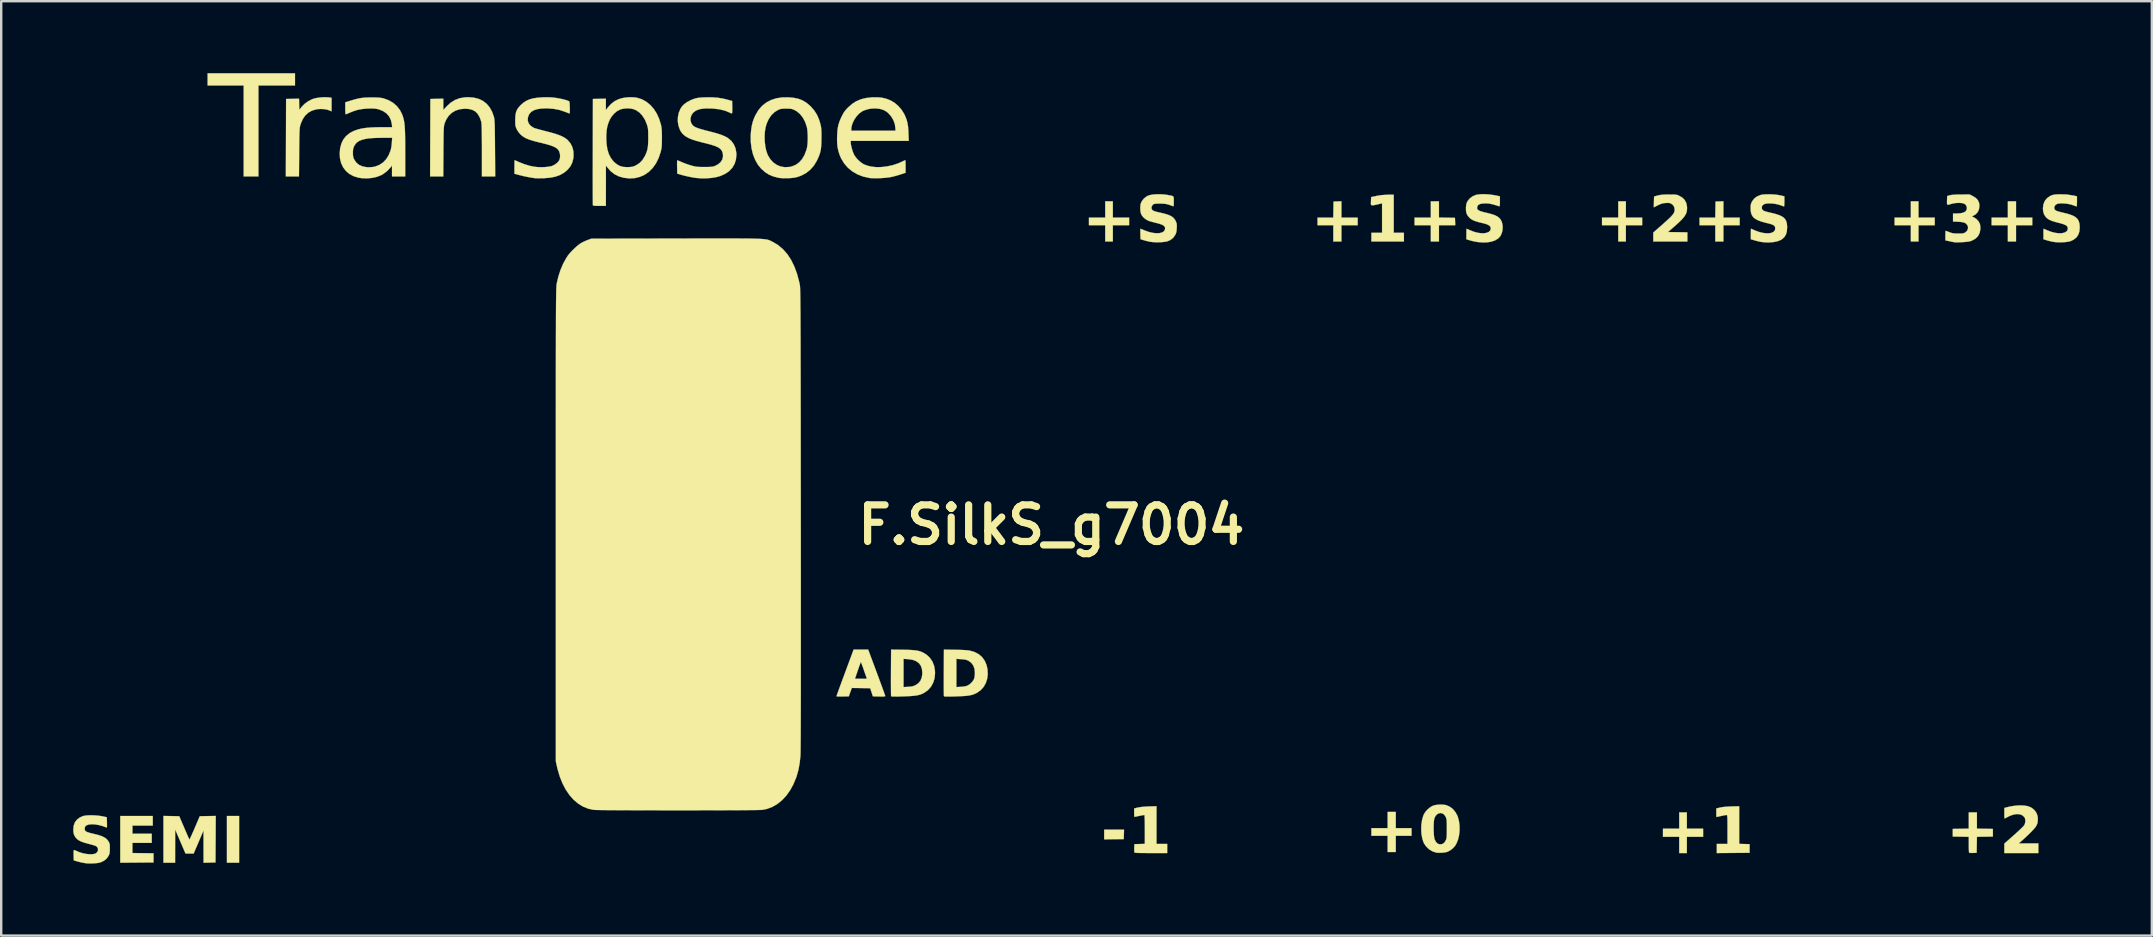
<source format=kicad_pcb>
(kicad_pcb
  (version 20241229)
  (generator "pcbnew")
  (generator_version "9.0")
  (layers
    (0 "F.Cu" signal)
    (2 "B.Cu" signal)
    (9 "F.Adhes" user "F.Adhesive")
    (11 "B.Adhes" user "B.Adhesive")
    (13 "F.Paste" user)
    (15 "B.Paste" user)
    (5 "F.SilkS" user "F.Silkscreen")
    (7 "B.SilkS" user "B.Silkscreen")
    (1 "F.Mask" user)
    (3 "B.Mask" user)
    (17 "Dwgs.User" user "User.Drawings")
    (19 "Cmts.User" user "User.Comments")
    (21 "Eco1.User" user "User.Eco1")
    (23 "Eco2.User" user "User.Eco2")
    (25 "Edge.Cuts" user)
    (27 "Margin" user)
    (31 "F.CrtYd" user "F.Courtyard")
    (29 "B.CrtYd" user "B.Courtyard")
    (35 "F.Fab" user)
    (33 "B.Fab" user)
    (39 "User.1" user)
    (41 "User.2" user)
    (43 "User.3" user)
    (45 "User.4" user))
  (footprint "F.SilkS_g7004"
    (layer "F.Cu")
    (at 40.759 18.822)
    (property "Reference" "F.SilkS_g7004" (at 0 0 0) (layer "F.SilkS") (effects (font (size 1.524 1.524) (thickness 0.3))))
    (attr through_hole)
    (fp_poly (pts (xy -33.846 14.076) (xy -34.353 14.076) (xy -34.353 12.129) (xy -33.846 12.129) (xy -33.846 14.076)) (stroke (width 0.01) (type solid)) (fill yes) (layer "F.SilkS"))
    (fp_poly (pts (xy 3.022 12.896) (xy 3.016 13.092) (xy 2.609 13.097) (xy 2.201 13.103) (xy 2.201 12.7) (xy 3.028 12.7) (xy 3.022 12.896)) (stroke (width 0.01) (type solid)) (fill yes) (layer "F.SilkS"))
    (fp_poly (pts (xy -31.517 -18.309) (xy -33.041 -18.309) (xy -33.041 -14.52) (xy -33.655 -14.52) (xy -33.655 -18.309) (xy -35.158 -18.309) (xy -35.158 -18.817) (xy -31.517 -18.817) (xy -31.517 -18.309)) (stroke (width 0.01) (type solid)) (fill yes) (layer "F.SilkS"))
    (fp_poly (pts (xy -37.444 12.531) (xy -38.291 12.531) (xy -38.291 12.869) (xy -37.486 12.869) (xy -37.486 13.25) (xy -38.291 13.25) (xy -38.291 13.673) (xy -37.412 13.684) (xy -37.412 14.065) (xy -38.798 14.076) (xy -38.798 12.129) (xy -37.444 12.129) (xy -37.444 12.531)) (stroke (width 0.01) (type solid)) (fill yes) (layer "F.SilkS"))
    (fp_poly (pts (xy 2.561 -12.806) (xy 3.239 -12.806) (xy 3.239 -12.488) (xy 2.561 -12.488) (xy 2.561 -11.811) (xy 2.244 -11.811) (xy 2.244 -12.488) (xy 1.566 -12.488) (xy 1.566 -12.806) (xy 2.244 -12.806) (xy 2.244 -13.483) (xy 2.561 -13.483) (xy 2.561 -12.806)) (stroke (width 0.01) (type solid)) (fill yes) (layer "F.SilkS"))
    (fp_poly (pts (xy 14.351 12.636) (xy 15.007 12.636) (xy 15.007 12.954) (xy 14.351 12.954) (xy 14.351 13.631) (xy 14.012 13.631) (xy 14.012 12.954) (xy 13.335 12.954) (xy 13.335 12.636) (xy 14.012 12.636) (xy 14.012 11.959) (xy 14.351 11.959) (xy 14.351 12.636)) (stroke (width 0.01) (type solid)) (fill yes) (layer "F.SilkS"))
    (fp_poly (pts (xy 23.939 -12.806) (xy 24.617 -12.806) (xy 24.617 -12.488) (xy 23.939 -12.488) (xy 23.939 -11.811) (xy 23.622 -11.811) (xy 23.622 -12.488) (xy 22.945 -12.488) (xy 22.945 -12.806) (xy 23.622 -12.806) (xy 23.622 -13.483) (xy 23.939 -13.483) (xy 23.939 -12.806)) (stroke (width 0.01) (type solid)) (fill yes) (layer "F.SilkS"))
    (fp_poly (pts (xy 26.48 12.658) (xy 27.157 12.658) (xy 27.157 12.996) (xy 26.48 12.996) (xy 26.48 13.674) (xy 26.162 13.674) (xy 26.162 12.996) (xy 25.485 12.996) (xy 25.485 12.658) (xy 26.162 12.658) (xy 26.162 11.98) (xy 26.48 11.98) (xy 26.48 12.658)) (stroke (width 0.01) (type solid)) (fill yes) (layer "F.SilkS"))
    (fp_poly (pts (xy 36.132 -12.806) (xy 36.809 -12.806) (xy 36.809 -12.488) (xy 36.132 -12.488) (xy 36.132 -11.811) (xy 35.814 -11.811) (xy 35.814 -12.488) (xy 35.137 -12.488) (xy 35.137 -12.806) (xy 35.814 -12.806) (xy 35.814 -13.483) (xy 36.132 -13.483) (xy 36.132 -12.806)) (stroke (width 0.01) (type solid)) (fill yes) (layer "F.SilkS"))
    (fp_poly (pts (xy 40.196 -12.806) (xy 40.873 -12.806) (xy 40.873 -12.488) (xy 40.196 -12.488) (xy 40.196 -11.811) (xy 39.857 -11.811) (xy 39.857 -12.488) (xy 39.179 -12.488) (xy 39.179 -12.806) (xy 39.857 -12.806) (xy 39.857 -13.483) (xy 40.196 -13.483) (xy 40.196 -12.806)) (stroke (width 0.01) (type solid)) (fill yes) (layer "F.SilkS"))
    (fp_poly (pts (xy 12.086 -12.806) (xy 12.764 -12.806) (xy 12.764 -12.488) (xy 12.086 -12.488) (xy 12.086 -11.811) (xy 11.748 -11.811) (xy 11.748 -12.488) (xy 11.091 -12.488) (xy 11.091 -12.806) (xy 11.746 -12.806) (xy 11.758 -13.473) (xy 11.922 -13.479) (xy 12.086 -13.485) (xy 12.086 -12.806)) (stroke (width 0.01) (type solid)) (fill yes) (layer "F.SilkS"))
    (fp_poly (pts (xy 16.15 -12.807) (xy 16.817 -12.795) (xy 16.823 -12.642) (xy 16.829 -12.488) (xy 16.15 -12.488) (xy 16.15 -11.811) (xy 15.812 -11.811) (xy 15.812 -12.488) (xy 15.134 -12.488) (xy 15.134 -12.806) (xy 15.812 -12.806) (xy 15.812 -13.483) (xy 16.15 -13.483) (xy 16.15 -12.807)) (stroke (width 0.01) (type solid)) (fill yes) (layer "F.SilkS"))
    (fp_poly (pts (xy 28.003 -12.806) (xy 28.681 -12.806) (xy 28.681 -12.488) (xy 28.003 -12.488) (xy 28.003 -11.811) (xy 27.665 -11.811) (xy 27.665 -12.488) (xy 27.009 -12.488) (xy 27.009 -12.806) (xy 27.664 -12.806) (xy 27.675 -13.473) (xy 27.839 -13.479) (xy 28.003 -13.485) (xy 28.003 -12.806)) (stroke (width 0.01) (type solid)) (fill yes) (layer "F.SilkS"))
    (fp_poly (pts (xy 14.266 -12.171) (xy 14.69 -12.171) (xy 14.69 -11.811) (xy 13.335 -11.811) (xy 13.335 -12.171) (xy 13.78 -12.171) (xy 13.78 -13.399) (xy 13.732 -13.388) (xy 13.589 -13.355) (xy 13.483 -13.331) (xy 13.408 -13.318) (xy 13.359 -13.317) (xy 13.33 -13.328) (xy 13.317 -13.354) (xy 13.314 -13.396) (xy 13.317 -13.455) (xy 13.318 -13.487) (xy 13.324 -13.66) (xy 13.547 -13.708) (xy 13.755 -13.742) (xy 13.973 -13.756) (xy 14.018 -13.757) (xy 14.266 -13.758) (xy 14.266 -12.171)) (stroke (width 0.01) (type solid)) (fill yes) (layer "F.SilkS"))
    (fp_poly (pts (xy 38.566 12.657) (xy 39.232 12.668) (xy 39.232 12.986) (xy 38.9 12.992) (xy 38.567 12.997) (xy 38.561 13.33) (xy 38.555 13.663) (xy 38.406 13.669) (xy 38.33 13.67) (xy 38.271 13.667) (xy 38.242 13.661) (xy 38.242 13.66) (xy 38.237 13.635) (xy 38.232 13.575) (xy 38.229 13.488) (xy 38.227 13.382) (xy 38.227 13.321) (xy 38.227 12.997) (xy 37.56 12.986) (xy 37.56 12.668) (xy 38.227 12.657) (xy 38.227 11.98) (xy 38.566 11.98) (xy 38.566 12.657)) (stroke (width 0.01) (type solid)) (fill yes) (layer "F.SilkS"))
    (fp_poly (pts (xy -34.824 13.096) (xy -34.83 14.065) (xy -35.078 14.071) (xy -35.327 14.077) (xy -35.328 13.404) (xy -35.329 12.732) (xy -35.534 13.213) (xy -35.74 13.694) (xy -35.91 13.694) (xy -36.079 13.695) (xy -36.295 13.192) (xy -36.511 12.689) (xy -36.513 14.076) (xy -36.999 14.076) (xy -36.999 12.127) (xy -36.67 12.133) (xy -36.34 12.139) (xy -36.134 12.62) (xy -36.077 12.753) (xy -36.025 12.873) (xy -35.98 12.974) (xy -35.946 13.051) (xy -35.924 13.099) (xy -35.917 13.112) (xy -35.906 13.097) (xy -35.881 13.047) (xy -35.844 12.969) (xy -35.798 12.866) (xy -35.744 12.745) (xy -35.695 12.631) (xy -35.484 12.139) (xy -35.152 12.133) (xy -34.819 12.127) (xy -34.824 13.096)) (stroke (width 0.01) (type solid)) (fill yes) (layer "F.SilkS"))
    (fp_poly (pts (xy 28.66 13.291) (xy 28.877 13.297) (xy 29.094 13.303) (xy 29.094 13.663) (xy 27.728 13.674) (xy 27.728 13.293) (xy 28.173 13.293) (xy 28.173 12.689) (xy 28.173 12.514) (xy 28.172 12.375) (xy 28.171 12.271) (xy 28.168 12.195) (xy 28.164 12.143) (xy 28.159 12.111) (xy 28.152 12.094) (xy 28.142 12.087) (xy 28.136 12.087) (xy 28.099 12.091) (xy 28.033 12.103) (xy 27.949 12.12) (xy 27.909 12.129) (xy 27.826 12.147) (xy 27.759 12.162) (xy 27.72 12.17) (xy 27.714 12.171) (xy 27.711 12.151) (xy 27.708 12.099) (xy 27.707 12.024) (xy 27.707 11.993) (xy 27.707 11.816) (xy 27.861 11.778) (xy 27.977 11.757) (xy 28.129 11.742) (xy 28.314 11.732) (xy 28.337 11.731) (xy 28.66 11.723) (xy 28.66 13.291)) (stroke (width 0.01) (type solid)) (fill yes) (layer "F.SilkS"))
    (fp_poly (pts (xy -30.145 -17.816) (xy -30.113 -17.813) (xy -29.993 -17.798) (xy -29.993 -17.232) (xy -30.09 -17.275) (xy -30.197 -17.308) (xy -30.328 -17.327) (xy -30.469 -17.332) (xy -30.604 -17.32) (xy -30.632 -17.315) (xy -30.811 -17.262) (xy -30.964 -17.176) (xy -31.092 -17.058) (xy -31.195 -16.906) (xy -31.276 -16.718) (xy -31.298 -16.648) (xy -31.307 -16.613) (xy -31.314 -16.572) (xy -31.32 -16.52) (xy -31.325 -16.454) (xy -31.329 -16.37) (xy -31.333 -16.263) (xy -31.336 -16.13) (xy -31.338 -15.967) (xy -31.34 -15.77) (xy -31.343 -15.534) (xy -31.343 -15.52) (xy -31.351 -14.52) (xy -31.898 -14.52) (xy -31.893 -16.134) (xy -31.888 -17.748) (xy -31.349 -17.76) (xy -31.337 -17.296) (xy -31.242 -17.416) (xy -31.119 -17.543) (xy -30.969 -17.652) (xy -30.805 -17.736) (xy -30.738 -17.76) (xy -30.605 -17.791) (xy -30.45 -17.812) (xy -30.29 -17.821) (xy -30.145 -17.816)) (stroke (width 0.01) (type solid)) (fill yes) (layer "F.SilkS"))
    (fp_poly (pts (xy 4.381 13.293) (xy 4.826 13.293) (xy 4.826 13.674) (xy 4.148 13.674) (xy 3.954 13.673) (xy 3.799 13.672) (xy 3.679 13.67) (xy 3.589 13.668) (xy 3.526 13.663) (xy 3.486 13.658) (xy 3.465 13.651) (xy 3.459 13.645) (xy 3.455 13.611) (xy 3.453 13.548) (xy 3.454 13.468) (xy 3.454 13.46) (xy 3.461 13.303) (xy 3.895 13.291) (xy 3.895 12.689) (xy 3.894 12.516) (xy 3.892 12.367) (xy 3.889 12.246) (xy 3.885 12.156) (xy 3.88 12.102) (xy 3.875 12.086) (xy 3.847 12.09) (xy 3.788 12.101) (xy 3.712 12.116) (xy 3.629 12.132) (xy 3.551 12.149) (xy 3.498 12.161) (xy 3.475 12.164) (xy 3.461 12.156) (xy 3.453 12.128) (xy 3.451 12.073) (xy 3.45 11.994) (xy 3.45 11.816) (xy 3.604 11.778) (xy 3.714 11.758) (xy 3.858 11.743) (xy 4.029 11.733) (xy 4.069 11.731) (xy 4.381 11.722) (xy 4.381 13.293)) (stroke (width 0.01) (type solid)) (fill yes) (layer "F.SilkS"))
    (fp_poly (pts (xy 40.545 11.696) (xy 40.687 11.72) (xy 40.707 11.725) (xy 40.846 11.787) (xy 40.959 11.878) (xy 41.043 11.993) (xy 41.093 12.127) (xy 41.106 12.244) (xy 41.101 12.348) (xy 41.085 12.436) (xy 41.053 12.517) (xy 41.001 12.6) (xy 40.923 12.691) (xy 40.822 12.797) (xy 40.729 12.888) (xy 40.63 12.983) (xy 40.538 13.069) (xy 40.463 13.137) (xy 40.46 13.14) (xy 40.312 13.27) (xy 40.719 13.271) (xy 41.127 13.271) (xy 41.127 13.674) (xy 39.709 13.674) (xy 39.709 13.28) (xy 40.1 12.935) (xy 40.211 12.835) (xy 40.314 12.741) (xy 40.404 12.656) (xy 40.475 12.586) (xy 40.522 12.535) (xy 40.538 12.515) (xy 40.575 12.423) (xy 40.586 12.323) (xy 40.57 12.23) (xy 40.543 12.178) (xy 40.463 12.102) (xy 40.359 12.059) (xy 40.235 12.048) (xy 40.095 12.069) (xy 39.943 12.122) (xy 39.841 12.173) (xy 39.781 12.205) (xy 39.736 12.228) (xy 39.72 12.234) (xy 39.715 12.215) (xy 39.711 12.161) (xy 39.709 12.083) (xy 39.709 12.015) (xy 39.709 11.795) (xy 39.83 11.762) (xy 40.009 11.722) (xy 40.195 11.697) (xy 40.377 11.688) (xy 40.545 11.696)) (stroke (width 0.01) (type solid)) (fill yes) (layer "F.SilkS"))
    (fp_poly (pts (xy 25.946 -13.765) (xy 26.013 -13.761) (xy 26.064 -13.752) (xy 26.108 -13.739) (xy 26.151 -13.72) (xy 26.29 -13.639) (xy 26.391 -13.537) (xy 26.456 -13.414) (xy 26.486 -13.267) (xy 26.488 -13.208) (xy 26.485 -13.119) (xy 26.47 -13.038) (xy 26.441 -12.959) (xy 26.395 -12.879) (xy 26.33 -12.793) (xy 26.24 -12.696) (xy 26.125 -12.584) (xy 25.98 -12.454) (xy 25.911 -12.393) (xy 25.692 -12.203) (xy 26.096 -12.197) (xy 26.501 -12.191) (xy 26.501 -11.811) (xy 25.082 -11.811) (xy 25.082 -12.182) (xy 25.485 -12.537) (xy 25.625 -12.662) (xy 25.737 -12.765) (xy 25.822 -12.849) (xy 25.884 -12.919) (xy 25.927 -12.978) (xy 25.954 -13.031) (xy 25.967 -13.081) (xy 25.971 -13.134) (xy 25.971 -13.138) (xy 25.956 -13.24) (xy 25.907 -13.321) (xy 25.844 -13.373) (xy 25.801 -13.399) (xy 25.758 -13.413) (xy 25.702 -13.418) (xy 25.618 -13.415) (xy 25.609 -13.415) (xy 25.518 -13.407) (xy 25.443 -13.391) (xy 25.365 -13.362) (xy 25.275 -13.32) (xy 25.102 -13.234) (xy 25.108 -13.458) (xy 25.114 -13.682) (xy 25.262 -13.724) (xy 25.34 -13.742) (xy 25.425 -13.755) (xy 25.528 -13.762) (xy 25.659 -13.766) (xy 25.728 -13.767) (xy 25.854 -13.767) (xy 25.946 -13.765)) (stroke (width 0.01) (type solid)) (fill yes) (layer "F.SilkS"))
    (fp_poly (pts (xy -7.278 6.149) (xy -7.207 6.34) (xy -7.141 6.52) (xy -7.081 6.684) (xy -7.028 6.828) (xy -6.985 6.948) (xy -6.952 7.041) (xy -6.931 7.103) (xy -6.923 7.128) (xy -6.923 7.129) (xy -6.932 7.14) (xy -6.964 7.148) (xy -7.026 7.151) (xy -7.121 7.151) (xy -7.179 7.15) (xy -7.437 7.144) (xy -7.493 6.974) (xy -7.549 6.805) (xy -7.932 6.799) (xy -8.315 6.794) (xy -8.348 6.884) (xy -8.377 6.964) (xy -8.406 7.045) (xy -8.411 7.059) (xy -8.439 7.144) (xy -8.696 7.15) (xy -8.795 7.151) (xy -8.876 7.149) (xy -8.932 7.145) (xy -8.953 7.139) (xy -8.954 7.139) (xy -8.946 7.116) (xy -8.926 7.057) (xy -8.893 6.967) (xy -8.851 6.849) (xy -8.799 6.706) (xy -8.739 6.544) (xy -8.691 6.413) (xy -8.185 6.413) (xy -7.686 6.413) (xy -7.807 6.064) (xy -7.846 5.951) (xy -7.882 5.853) (xy -7.91 5.777) (xy -7.93 5.729) (xy -7.938 5.715) (xy -7.947 5.734) (xy -7.968 5.787) (xy -7.998 5.867) (xy -8.033 5.968) (xy -8.066 6.064) (xy -8.185 6.413) (xy -8.691 6.413) (xy -8.673 6.365) (xy -8.602 6.174) (xy -8.597 6.159) (xy -8.24 5.196) (xy -7.633 5.196) (xy -7.278 6.149)) (stroke (width 0.01) (type solid)) (fill yes) (layer "F.SilkS"))
    (fp_poly (pts (xy -24.07 -17.804) (xy -23.865 -17.753) (xy -23.685 -17.667) (xy -23.531 -17.547) (xy -23.403 -17.394) (xy -23.301 -17.209) (xy -23.227 -16.995) (xy -23.219 -16.961) (xy -23.212 -16.92) (xy -23.207 -16.87) (xy -23.202 -16.806) (xy -23.198 -16.725) (xy -23.194 -16.623) (xy -23.192 -16.496) (xy -23.189 -16.342) (xy -23.187 -16.156) (xy -23.185 -15.935) (xy -23.183 -15.69) (xy -23.175 -14.52) (xy -23.728 -14.52) (xy -23.728 -15.586) (xy -23.728 -15.821) (xy -23.73 -16.039) (xy -23.732 -16.235) (xy -23.734 -16.407) (xy -23.737 -16.55) (xy -23.741 -16.661) (xy -23.746 -16.736) (xy -23.749 -16.766) (xy -23.771 -16.848) (xy -23.805 -16.943) (xy -23.835 -17.012) (xy -23.914 -17.139) (xy -24.012 -17.234) (xy -24.134 -17.297) (xy -24.282 -17.333) (xy -24.448 -17.342) (xy -24.647 -17.321) (xy -24.826 -17.265) (xy -24.981 -17.173) (xy -25.112 -17.048) (xy -25.216 -16.89) (xy -25.279 -16.741) (xy -25.289 -16.709) (xy -25.298 -16.676) (xy -25.305 -16.639) (xy -25.311 -16.595) (xy -25.316 -16.538) (xy -25.32 -16.465) (xy -25.323 -16.372) (xy -25.325 -16.256) (xy -25.327 -16.111) (xy -25.329 -15.935) (xy -25.331 -15.723) (xy -25.332 -15.563) (xy -25.339 -14.52) (xy -25.887 -14.52) (xy -25.882 -16.134) (xy -25.876 -17.748) (xy -25.337 -17.76) (xy -25.337 -17.289) (xy -25.189 -17.447) (xy -25.027 -17.595) (xy -24.851 -17.705) (xy -24.659 -17.778) (xy -24.445 -17.815) (xy -24.299 -17.822) (xy -24.07 -17.804)) (stroke (width 0.01) (type solid)) (fill yes) (layer "F.SilkS"))
    (fp_poly (pts (xy -6.234 5.201) (xy -6.032 5.205) (xy -5.866 5.211) (xy -5.73 5.221) (xy -5.618 5.235) (xy -5.524 5.254) (xy -5.442 5.279) (xy -5.365 5.31) (xy -5.361 5.312) (xy -5.197 5.411) (xy -5.062 5.539) (xy -4.958 5.692) (xy -4.887 5.87) (xy -4.852 6.067) (xy -4.847 6.17) (xy -4.865 6.377) (xy -4.919 6.564) (xy -5.007 6.729) (xy -5.127 6.87) (xy -5.277 6.983) (xy -5.361 7.028) (xy -5.432 7.058) (xy -5.506 7.082) (xy -5.59 7.101) (xy -5.688 7.116) (xy -5.809 7.128) (xy -5.956 7.137) (xy -6.138 7.144) (xy -6.217 7.147) (xy -6.369 7.151) (xy -6.484 7.153) (xy -6.567 7.153) (xy -6.623 7.151) (xy -6.657 7.145) (xy -6.674 7.137) (xy -6.678 7.131) (xy -6.68 7.104) (xy -6.682 7.04) (xy -6.683 6.942) (xy -6.684 6.814) (xy -6.684 6.758) (xy -6.16 6.758) (xy -5.969 6.747) (xy -5.857 6.738) (xy -5.771 6.721) (xy -5.695 6.694) (xy -5.662 6.679) (xy -5.542 6.599) (xy -5.454 6.491) (xy -5.399 6.357) (xy -5.377 6.198) (xy -5.376 6.17) (xy -5.392 6.006) (xy -5.44 5.869) (xy -5.52 5.76) (xy -5.633 5.678) (xy -5.777 5.623) (xy -5.955 5.595) (xy -5.966 5.594) (xy -6.16 5.582) (xy -6.16 6.758) (xy -6.684 6.758) (xy -6.685 6.662) (xy -6.685 6.49) (xy -6.684 6.301) (xy -6.684 6.149) (xy -6.678 5.196) (xy -6.234 5.201)) (stroke (width 0.01) (type solid)) (fill yes) (layer "F.SilkS"))
    (fp_poly (pts (xy -4.011 5.203) (xy -3.793 5.208) (xy -3.616 5.216) (xy -3.479 5.227) (xy -3.387 5.242) (xy -3.191 5.301) (xy -3.023 5.391) (xy -2.885 5.512) (xy -2.777 5.661) (xy -2.701 5.837) (xy -2.663 6.005) (xy -2.65 6.215) (xy -2.674 6.411) (xy -2.732 6.591) (xy -2.823 6.751) (xy -2.945 6.886) (xy -3.096 6.993) (xy -3.14 7.016) (xy -3.212 7.049) (xy -3.283 7.075) (xy -3.361 7.095) (xy -3.451 7.111) (xy -3.56 7.124) (xy -3.693 7.133) (xy -3.858 7.141) (xy -4.015 7.147) (xy -4.167 7.151) (xy -4.282 7.153) (xy -4.366 7.153) (xy -4.422 7.151) (xy -4.456 7.145) (xy -4.473 7.137) (xy -4.476 7.131) (xy -4.479 7.104) (xy -4.48 7.04) (xy -4.482 6.942) (xy -4.483 6.814) (xy -4.483 6.758) (xy -3.958 6.758) (xy -3.772 6.747) (xy -3.634 6.733) (xy -3.526 6.708) (xy -3.492 6.695) (xy -3.395 6.635) (xy -3.306 6.549) (xy -3.238 6.452) (xy -3.216 6.4) (xy -3.201 6.337) (xy -3.191 6.25) (xy -3.187 6.159) (xy -3.203 5.997) (xy -3.253 5.86) (xy -3.336 5.748) (xy -3.451 5.663) (xy -3.524 5.63) (xy -3.575 5.617) (xy -3.653 5.605) (xy -3.745 5.596) (xy -3.773 5.594) (xy -3.958 5.582) (xy -3.958 6.758) (xy -4.483 6.758) (xy -4.483 6.662) (xy -4.483 6.49) (xy -4.483 6.301) (xy -4.482 6.149) (xy -4.477 5.196) (xy -4.011 5.203)) (stroke (width 0.01) (type solid)) (fill yes) (layer "F.SilkS"))
    (fp_poly (pts (xy 16.399 11.666) (xy 16.46 11.68) (xy 16.603 11.743) (xy 16.732 11.842) (xy 16.839 11.971) (xy 16.921 12.123) (xy 16.936 12.163) (xy 16.985 12.347) (xy 17.008 12.544) (xy 17.009 12.746) (xy 16.986 12.943) (xy 16.941 13.127) (xy 16.874 13.288) (xy 16.822 13.373) (xy 16.74 13.466) (xy 16.637 13.549) (xy 16.528 13.61) (xy 16.471 13.631) (xy 16.373 13.65) (xy 16.256 13.661) (xy 16.139 13.663) (xy 16.041 13.655) (xy 16.026 13.652) (xy 15.875 13.6) (xy 15.736 13.514) (xy 15.617 13.401) (xy 15.527 13.27) (xy 15.512 13.239) (xy 15.457 13.073) (xy 15.423 12.885) (xy 15.41 12.684) (xy 15.411 12.675) (xy 15.929 12.675) (xy 15.932 12.808) (xy 15.94 12.929) (xy 15.952 13.029) (xy 15.966 13.094) (xy 16.019 13.202) (xy 16.087 13.275) (xy 16.169 13.309) (xy 16.26 13.305) (xy 16.322 13.281) (xy 16.382 13.23) (xy 16.432 13.149) (xy 16.432 13.148) (xy 16.449 13.11) (xy 16.461 13.07) (xy 16.469 13.022) (xy 16.474 12.958) (xy 16.477 12.872) (xy 16.478 12.755) (xy 16.478 12.658) (xy 16.478 12.517) (xy 16.476 12.412) (xy 16.473 12.334) (xy 16.467 12.277) (xy 16.457 12.232) (xy 16.444 12.193) (xy 16.431 12.165) (xy 16.373 12.077) (xy 16.3 12.024) (xy 16.218 12.005) (xy 16.136 12.02) (xy 16.06 12.067) (xy 15.997 12.145) (xy 15.956 12.241) (xy 15.943 12.314) (xy 15.934 12.418) (xy 15.929 12.542) (xy 15.929 12.675) (xy 15.411 12.675) (xy 15.418 12.481) (xy 15.448 12.288) (xy 15.498 12.117) (xy 15.527 12.051) (xy 15.595 11.944) (xy 15.69 11.842) (xy 15.798 11.756) (xy 15.907 11.698) (xy 15.922 11.692) (xy 16.025 11.669) (xy 16.15 11.656) (xy 16.28 11.655) (xy 16.399 11.666)) (stroke (width 0.01) (type solid)) (fill yes) (layer "F.SilkS"))
    (fp_poly (pts (xy 18.248 -13.768) (xy 18.454 -13.74) (xy 18.59 -13.713) (xy 18.69 -13.691) (xy 18.69 -13.479) (xy 18.69 -13.382) (xy 18.687 -13.321) (xy 18.681 -13.288) (xy 18.67 -13.277) (xy 18.653 -13.279) (xy 18.505 -13.326) (xy 18.386 -13.359) (xy 18.287 -13.381) (xy 18.198 -13.393) (xy 18.11 -13.398) (xy 18.079 -13.398) (xy 17.943 -13.39) (xy 17.843 -13.365) (xy 17.778 -13.322) (xy 17.747 -13.263) (xy 17.739 -13.208) (xy 17.747 -13.163) (xy 17.777 -13.125) (xy 17.833 -13.091) (xy 17.918 -13.059) (xy 18.038 -13.026) (xy 18.163 -12.997) (xy 18.337 -12.952) (xy 18.474 -12.906) (xy 18.581 -12.853) (xy 18.661 -12.793) (xy 18.716 -12.73) (xy 18.773 -12.615) (xy 18.802 -12.48) (xy 18.804 -12.335) (xy 18.779 -12.193) (xy 18.726 -12.063) (xy 18.704 -12.028) (xy 18.615 -11.933) (xy 18.494 -11.858) (xy 18.343 -11.805) (xy 18.169 -11.775) (xy 17.974 -11.769) (xy 17.764 -11.787) (xy 17.685 -11.799) (xy 17.586 -11.82) (xy 17.483 -11.845) (xy 17.415 -11.865) (xy 17.293 -11.903) (xy 17.293 -12.122) (xy 17.294 -12.212) (xy 17.296 -12.284) (xy 17.298 -12.329) (xy 17.301 -12.34) (xy 17.322 -12.332) (xy 17.372 -12.311) (xy 17.44 -12.28) (xy 17.449 -12.276) (xy 17.607 -12.215) (xy 17.759 -12.174) (xy 17.902 -12.154) (xy 18.031 -12.153) (xy 18.14 -12.171) (xy 18.226 -12.208) (xy 18.284 -12.264) (xy 18.309 -12.338) (xy 18.309 -12.353) (xy 18.296 -12.416) (xy 18.253 -12.469) (xy 18.178 -12.513) (xy 18.066 -12.552) (xy 17.987 -12.572) (xy 17.829 -12.61) (xy 17.705 -12.645) (xy 17.609 -12.679) (xy 17.534 -12.716) (xy 17.471 -12.758) (xy 17.419 -12.803) (xy 17.346 -12.888) (xy 17.3 -12.978) (xy 17.278 -13.084) (xy 17.275 -13.216) (xy 17.277 -13.245) (xy 17.287 -13.343) (xy 17.307 -13.418) (xy 17.342 -13.488) (xy 17.349 -13.499) (xy 17.436 -13.604) (xy 17.551 -13.69) (xy 17.681 -13.747) (xy 17.717 -13.757) (xy 17.869 -13.777) (xy 18.05 -13.781) (xy 18.248 -13.768)) (stroke (width 0.01) (type solid)) (fill yes) (layer "F.SilkS"))
    (fp_poly (pts (xy 38.397 -13.701) (xy 38.522 -13.623) (xy 38.608 -13.528) (xy 38.658 -13.414) (xy 38.671 -13.295) (xy 38.653 -13.154) (xy 38.601 -13.036) (xy 38.515 -12.943) (xy 38.439 -12.896) (xy 38.355 -12.854) (xy 38.44 -12.816) (xy 38.537 -12.754) (xy 38.621 -12.666) (xy 38.68 -12.566) (xy 38.694 -12.527) (xy 38.706 -12.453) (xy 38.71 -12.363) (xy 38.708 -12.304) (xy 38.677 -12.158) (xy 38.611 -12.033) (xy 38.509 -11.931) (xy 38.372 -11.853) (xy 38.28 -11.819) (xy 38.217 -11.806) (xy 38.123 -11.795) (xy 38.011 -11.785) (xy 37.892 -11.778) (xy 37.779 -11.775) (xy 37.683 -11.775) (xy 37.616 -11.781) (xy 37.613 -11.781) (xy 37.566 -11.791) (xy 37.494 -11.805) (xy 37.41 -11.823) (xy 37.407 -11.824) (xy 37.253 -11.856) (xy 37.253 -12.056) (xy 37.254 -12.142) (xy 37.256 -12.209) (xy 37.259 -12.249) (xy 37.261 -12.255) (xy 37.284 -12.248) (xy 37.335 -12.229) (xy 37.404 -12.203) (xy 37.415 -12.199) (xy 37.491 -12.171) (xy 37.561 -12.154) (xy 37.637 -12.145) (xy 37.736 -12.141) (xy 37.782 -12.14) (xy 37.886 -12.141) (xy 37.958 -12.145) (xy 38.01 -12.154) (xy 38.051 -12.169) (xy 38.084 -12.188) (xy 38.155 -12.254) (xy 38.192 -12.333) (xy 38.196 -12.417) (xy 38.165 -12.497) (xy 38.102 -12.563) (xy 38.066 -12.584) (xy 37.992 -12.609) (xy 37.889 -12.625) (xy 37.777 -12.633) (xy 37.571 -12.641) (xy 37.571 -12.975) (xy 37.724 -12.975) (xy 37.881 -12.985) (xy 38.003 -13.012) (xy 38.086 -13.058) (xy 38.093 -13.064) (xy 38.138 -13.131) (xy 38.15 -13.21) (xy 38.131 -13.288) (xy 38.083 -13.354) (xy 38.027 -13.389) (xy 37.941 -13.411) (xy 37.828 -13.419) (xy 37.703 -13.414) (xy 37.58 -13.397) (xy 37.504 -13.378) (xy 37.416 -13.35) (xy 37.36 -13.34) (xy 37.331 -13.351) (xy 37.32 -13.39) (xy 37.319 -13.463) (xy 37.321 -13.519) (xy 37.327 -13.703) (xy 37.433 -13.734) (xy 37.505 -13.748) (xy 37.61 -13.758) (xy 37.751 -13.765) (xy 37.899 -13.767) (xy 38.26 -13.769) (xy 38.397 -13.701)) (stroke (width 0.01) (type solid)) (fill yes) (layer "F.SilkS"))
    (fp_poly (pts (xy 42.306 -13.768) (xy 42.613 -13.72) (xy 42.646 -13.712) (xy 42.736 -13.69) (xy 42.736 -13.481) (xy 42.734 -13.392) (xy 42.731 -13.323) (xy 42.726 -13.28) (xy 42.722 -13.271) (xy 42.697 -13.278) (xy 42.643 -13.296) (xy 42.572 -13.322) (xy 42.558 -13.327) (xy 42.45 -13.359) (xy 42.327 -13.382) (xy 42.199 -13.395) (xy 42.079 -13.399) (xy 41.975 -13.391) (xy 41.9 -13.372) (xy 41.892 -13.368) (xy 41.826 -13.317) (xy 41.791 -13.252) (xy 41.79 -13.186) (xy 41.822 -13.126) (xy 41.867 -13.092) (xy 41.911 -13.075) (xy 41.987 -13.052) (xy 42.083 -13.027) (xy 42.191 -13.001) (xy 42.204 -12.998) (xy 42.393 -12.949) (xy 42.544 -12.896) (xy 42.659 -12.836) (xy 42.744 -12.763) (xy 42.802 -12.676) (xy 42.835 -12.57) (xy 42.849 -12.442) (xy 42.85 -12.391) (xy 42.835 -12.225) (xy 42.789 -12.087) (xy 42.71 -11.975) (xy 42.597 -11.886) (xy 42.477 -11.828) (xy 42.386 -11.803) (xy 42.264 -11.786) (xy 42.125 -11.776) (xy 41.98 -11.775) (xy 41.841 -11.783) (xy 41.73 -11.798) (xy 41.632 -11.819) (xy 41.529 -11.845) (xy 41.46 -11.865) (xy 41.339 -11.903) (xy 41.339 -12.122) (xy 41.339 -12.212) (xy 41.341 -12.284) (xy 41.344 -12.329) (xy 41.346 -12.34) (xy 41.368 -12.332) (xy 41.418 -12.311) (xy 41.485 -12.28) (xy 41.494 -12.276) (xy 41.656 -12.214) (xy 41.817 -12.172) (xy 41.97 -12.152) (xy 42.106 -12.154) (xy 42.217 -12.18) (xy 42.221 -12.182) (xy 42.299 -12.227) (xy 42.342 -12.284) (xy 42.354 -12.354) (xy 42.346 -12.408) (xy 42.316 -12.453) (xy 42.262 -12.492) (xy 42.177 -12.529) (xy 42.058 -12.566) (xy 41.965 -12.589) (xy 41.803 -12.632) (xy 41.677 -12.674) (xy 41.579 -12.717) (xy 41.503 -12.766) (xy 41.442 -12.823) (xy 41.434 -12.832) (xy 41.366 -12.937) (xy 41.328 -13.061) (xy 41.317 -13.191) (xy 41.336 -13.351) (xy 41.389 -13.489) (xy 41.478 -13.604) (xy 41.6 -13.694) (xy 41.628 -13.708) (xy 41.687 -13.735) (xy 41.744 -13.753) (xy 41.81 -13.764) (xy 41.897 -13.771) (xy 41.988 -13.776) (xy 42.306 -13.768)) (stroke (width 0.01) (type solid)) (fill yes) (layer "F.SilkS"))
    (fp_poly (pts (xy 30.062 -13.771) (xy 30.208 -13.758) (xy 30.339 -13.738) (xy 30.39 -13.728) (xy 30.544 -13.691) (xy 30.544 -13.481) (xy 30.542 -13.393) (xy 30.539 -13.323) (xy 30.534 -13.28) (xy 30.53 -13.271) (xy 30.505 -13.278) (xy 30.451 -13.296) (xy 30.38 -13.322) (xy 30.366 -13.327) (xy 30.251 -13.36) (xy 30.122 -13.384) (xy 29.99 -13.396) (xy 29.867 -13.397) (xy 29.764 -13.385) (xy 29.713 -13.37) (xy 29.64 -13.323) (xy 29.604 -13.259) (xy 29.606 -13.184) (xy 29.613 -13.165) (xy 29.63 -13.133) (xy 29.656 -13.106) (xy 29.698 -13.083) (xy 29.76 -13.06) (xy 29.851 -13.036) (xy 29.975 -13.006) (xy 30.015 -12.997) (xy 30.204 -12.949) (xy 30.354 -12.897) (xy 30.469 -12.837) (xy 30.553 -12.767) (xy 30.61 -12.682) (xy 30.644 -12.579) (xy 30.657 -12.454) (xy 30.658 -12.393) (xy 30.645 -12.229) (xy 30.607 -12.096) (xy 30.541 -11.99) (xy 30.446 -11.905) (xy 30.376 -11.865) (xy 30.251 -11.818) (xy 30.097 -11.786) (xy 29.925 -11.771) (xy 29.745 -11.773) (xy 29.58 -11.791) (xy 29.506 -11.806) (xy 29.412 -11.828) (xy 29.316 -11.854) (xy 29.311 -11.855) (xy 29.146 -11.902) (xy 29.146 -12.121) (xy 29.147 -12.211) (xy 29.149 -12.284) (xy 29.152 -12.329) (xy 29.154 -12.34) (xy 29.176 -12.332) (xy 29.225 -12.311) (xy 29.293 -12.281) (xy 29.297 -12.279) (xy 29.457 -12.217) (xy 29.611 -12.175) (xy 29.755 -12.153) (xy 29.885 -12.15) (xy 29.994 -12.167) (xy 30.08 -12.203) (xy 30.138 -12.257) (xy 30.162 -12.33) (xy 30.163 -12.343) (xy 30.158 -12.399) (xy 30.142 -12.444) (xy 30.107 -12.479) (xy 30.05 -12.51) (xy 29.963 -12.54) (xy 29.843 -12.572) (xy 29.787 -12.585) (xy 29.596 -12.636) (xy 29.444 -12.692) (xy 29.327 -12.755) (xy 29.241 -12.829) (xy 29.183 -12.918) (xy 29.15 -13.024) (xy 29.137 -13.152) (xy 29.137 -13.187) (xy 29.138 -13.282) (xy 29.146 -13.349) (xy 29.163 -13.406) (xy 29.191 -13.466) (xy 29.199 -13.48) (xy 29.282 -13.593) (xy 29.392 -13.679) (xy 29.535 -13.741) (xy 29.559 -13.749) (xy 29.65 -13.766) (xy 29.772 -13.775) (xy 29.913 -13.776) (xy 30.062 -13.771)) (stroke (width 0.01) (type solid)) (fill yes) (layer "F.SilkS"))
    (fp_poly (pts (xy -39.858 12.104) (xy -39.709 12.116) (xy -39.572 12.136) (xy -39.539 12.143) (xy -39.359 12.181) (xy -39.353 12.401) (xy -39.351 12.499) (xy -39.352 12.562) (xy -39.356 12.596) (xy -39.366 12.608) (xy -39.381 12.606) (xy -39.385 12.604) (xy -39.543 12.545) (xy -39.701 12.504) (xy -39.853 12.479) (xy -39.992 12.473) (xy -40.111 12.486) (xy -40.202 12.518) (xy -40.226 12.534) (xy -40.265 12.578) (xy -40.28 12.637) (xy -40.28 12.659) (xy -40.275 12.707) (xy -40.257 12.745) (xy -40.221 12.777) (xy -40.161 12.805) (xy -40.071 12.833) (xy -39.946 12.864) (xy -39.902 12.874) (xy -39.717 12.92) (xy -39.57 12.969) (xy -39.456 13.024) (xy -39.37 13.087) (xy -39.306 13.16) (xy -39.297 13.175) (xy -39.266 13.227) (xy -39.248 13.272) (xy -39.237 13.324) (xy -39.233 13.394) (xy -39.232 13.482) (xy -39.234 13.584) (xy -39.24 13.656) (xy -39.253 13.713) (xy -39.275 13.767) (xy -39.286 13.79) (xy -39.367 13.904) (xy -39.479 13.996) (xy -39.611 14.059) (xy -39.627 14.064) (xy -39.734 14.087) (xy -39.868 14.101) (xy -40.014 14.107) (xy -40.156 14.104) (xy -40.25 14.095) (xy -40.349 14.078) (xy -40.463 14.054) (xy -40.568 14.027) (xy -40.735 13.979) (xy -40.741 13.763) (xy -40.742 13.649) (xy -40.738 13.578) (xy -40.727 13.548) (xy -40.725 13.547) (xy -40.693 13.556) (xy -40.641 13.578) (xy -40.623 13.587) (xy -40.496 13.641) (xy -40.356 13.683) (xy -40.213 13.711) (xy -40.075 13.725) (xy -39.952 13.722) (xy -39.854 13.703) (xy -39.822 13.689) (xy -39.758 13.635) (xy -39.726 13.566) (xy -39.727 13.491) (xy -39.761 13.423) (xy -39.801 13.388) (xy -39.841 13.37) (xy -39.912 13.346) (xy -40.005 13.319) (xy -40.108 13.292) (xy -40.111 13.291) (xy -40.281 13.245) (xy -40.416 13.198) (xy -40.52 13.148) (xy -40.6 13.089) (xy -40.663 13.019) (xy -40.709 12.943) (xy -40.736 12.873) (xy -40.751 12.786) (xy -40.754 12.7) (xy -40.739 12.536) (xy -40.689 12.397) (xy -40.604 12.282) (xy -40.485 12.192) (xy -40.358 12.135) (xy -40.269 12.115) (xy -40.149 12.103) (xy -40.008 12.099) (xy -39.858 12.104)) (stroke (width 0.01) (type solid)) (fill yes) (layer "F.SilkS"))
    (fp_poly (pts (xy -10.741 -17.797) (xy -10.548 -17.757) (xy -10.378 -17.693) (xy -10.222 -17.601) (xy -10.073 -17.48) (xy -10.022 -17.431) (xy -9.879 -17.267) (xy -9.766 -17.088) (xy -9.679 -16.886) (xy -9.626 -16.711) (xy -9.609 -16.637) (xy -9.596 -16.568) (xy -9.588 -16.495) (xy -9.583 -16.409) (xy -9.58 -16.301) (xy -9.58 -16.163) (xy -9.58 -16.118) (xy -9.583 -15.931) (xy -9.591 -15.775) (xy -9.607 -15.643) (xy -9.632 -15.525) (xy -9.669 -15.41) (xy -9.718 -15.29) (xy -9.771 -15.178) (xy -9.894 -14.974) (xy -10.046 -14.801) (xy -10.225 -14.659) (xy -10.429 -14.551) (xy -10.615 -14.488) (xy -10.728 -14.466) (xy -10.869 -14.452) (xy -11.021 -14.445) (xy -11.172 -14.446) (xy -11.306 -14.455) (xy -11.377 -14.466) (xy -11.588 -14.521) (xy -11.77 -14.597) (xy -11.933 -14.702) (xy -12.087 -14.839) (xy -12.228 -15.01) (xy -12.343 -15.213) (xy -12.432 -15.441) (xy -12.493 -15.691) (xy -12.525 -15.958) (xy -12.527 -16.177) (xy -11.95 -16.177) (xy -11.943 -15.97) (xy -11.919 -15.769) (xy -11.879 -15.584) (xy -11.823 -15.427) (xy -11.818 -15.415) (xy -11.717 -15.244) (xy -11.592 -15.106) (xy -11.446 -15.003) (xy -11.283 -14.935) (xy -11.106 -14.905) (xy -10.92 -14.915) (xy -10.826 -14.934) (xy -10.661 -14.998) (xy -10.515 -15.1) (xy -10.391 -15.237) (xy -10.289 -15.409) (xy -10.208 -15.617) (xy -10.189 -15.684) (xy -10.169 -15.791) (xy -10.156 -15.927) (xy -10.151 -16.08) (xy -10.152 -16.238) (xy -10.161 -16.387) (xy -10.176 -16.517) (xy -10.19 -16.584) (xy -10.258 -16.787) (xy -10.352 -16.965) (xy -10.467 -17.114) (xy -10.602 -17.23) (xy -10.704 -17.288) (xy -10.765 -17.315) (xy -10.821 -17.332) (xy -10.884 -17.342) (xy -10.966 -17.345) (xy -11.049 -17.346) (xy -11.155 -17.345) (xy -11.231 -17.34) (xy -11.291 -17.329) (xy -11.347 -17.31) (xy -11.394 -17.288) (xy -11.542 -17.196) (xy -11.671 -17.069) (xy -11.779 -16.91) (xy -11.863 -16.723) (xy -11.909 -16.563) (xy -11.939 -16.379) (xy -11.95 -16.177) (xy -12.527 -16.177) (xy -12.528 -16.239) (xy -12.509 -16.459) (xy -12.482 -16.634) (xy -12.446 -16.784) (xy -12.396 -16.928) (xy -12.327 -17.079) (xy -12.205 -17.285) (xy -12.056 -17.458) (xy -11.882 -17.598) (xy -11.682 -17.704) (xy -11.459 -17.776) (xy -11.212 -17.813) (xy -10.964 -17.816) (xy -10.741 -17.797)) (stroke (width 0.01) (type solid)) (fill yes) (layer "F.SilkS"))
    (fp_poly (pts (xy 4.559 -13.778) (xy 4.717 -13.766) (xy 4.838 -13.749) (xy 4.946 -13.729) (xy 5.02 -13.714) (xy 5.066 -13.695) (xy 5.091 -13.667) (xy 5.1 -13.623) (xy 5.102 -13.556) (xy 5.101 -13.479) (xy 5.101 -13.383) (xy 5.098 -13.322) (xy 5.092 -13.29) (xy 5.081 -13.278) (xy 5.064 -13.281) (xy 4.948 -13.325) (xy 4.856 -13.355) (xy 4.776 -13.373) (xy 4.694 -13.383) (xy 4.596 -13.387) (xy 4.526 -13.387) (xy 4.419 -13.387) (xy 4.346 -13.385) (xy 4.298 -13.378) (xy 4.265 -13.367) (xy 4.238 -13.349) (xy 4.224 -13.337) (xy 4.18 -13.271) (xy 4.17 -13.2) (xy 4.195 -13.135) (xy 4.222 -13.107) (xy 4.266 -13.084) (xy 4.341 -13.058) (xy 4.438 -13.032) (xy 4.502 -13.018) (xy 4.685 -12.976) (xy 4.831 -12.934) (xy 4.945 -12.889) (xy 5.034 -12.839) (xy 5.101 -12.78) (xy 5.154 -12.71) (xy 5.178 -12.665) (xy 5.205 -12.605) (xy 5.221 -12.552) (xy 5.227 -12.492) (xy 5.226 -12.411) (xy 5.224 -12.366) (xy 5.217 -12.264) (xy 5.204 -12.189) (xy 5.182 -12.125) (xy 5.157 -12.076) (xy 5.069 -11.956) (xy 4.953 -11.868) (xy 4.838 -11.819) (xy 4.742 -11.798) (xy 4.618 -11.784) (xy 4.477 -11.777) (xy 4.333 -11.778) (xy 4.199 -11.787) (xy 4.106 -11.8) (xy 4.008 -11.821) (xy 3.907 -11.847) (xy 3.831 -11.869) (xy 3.715 -11.906) (xy 3.709 -12.123) (xy 3.707 -12.213) (xy 3.707 -12.285) (xy 3.709 -12.33) (xy 3.712 -12.34) (xy 3.734 -12.332) (xy 3.785 -12.312) (xy 3.855 -12.283) (xy 3.87 -12.277) (xy 4.038 -12.215) (xy 4.198 -12.174) (xy 4.344 -12.154) (xy 4.474 -12.154) (xy 4.583 -12.175) (xy 4.667 -12.215) (xy 4.721 -12.274) (xy 4.741 -12.352) (xy 4.741 -12.357) (xy 4.729 -12.414) (xy 4.689 -12.463) (xy 4.618 -12.506) (xy 4.512 -12.546) (xy 4.371 -12.583) (xy 4.264 -12.61) (xy 4.162 -12.637) (xy 4.08 -12.662) (xy 4.031 -12.679) (xy 3.922 -12.742) (xy 3.826 -12.825) (xy 3.756 -12.919) (xy 3.744 -12.943) (xy 3.719 -13.028) (xy 3.706 -13.137) (xy 3.706 -13.254) (xy 3.719 -13.362) (xy 3.729 -13.403) (xy 3.777 -13.501) (xy 3.855 -13.597) (xy 3.953 -13.677) (xy 4.026 -13.717) (xy 4.123 -13.747) (xy 4.251 -13.768) (xy 4.4 -13.778) (xy 4.559 -13.778)) (stroke (width 0.01) (type solid)) (fill yes) (layer "F.SilkS"))
    (fp_poly (pts (xy -7.041 -17.797) (xy -6.868 -17.754) (xy -6.699 -17.686) (xy -6.69 -17.682) (xy -6.526 -17.583) (xy -6.373 -17.45) (xy -6.239 -17.294) (xy -6.133 -17.123) (xy -6.121 -17.1) (xy -6.065 -16.973) (xy -6.023 -16.854) (xy -5.993 -16.733) (xy -5.972 -16.599) (xy -5.959 -16.44) (xy -5.954 -16.325) (xy -5.942 -16.002) (xy -8.361 -16.002) (xy -8.361 -15.931) (xy -8.353 -15.851) (xy -8.331 -15.747) (xy -8.3 -15.633) (xy -8.263 -15.523) (xy -8.224 -15.432) (xy -8.222 -15.428) (xy -8.151 -15.319) (xy -8.054 -15.209) (xy -7.942 -15.11) (xy -7.83 -15.035) (xy -7.81 -15.024) (xy -7.731 -14.993) (xy -7.63 -14.96) (xy -7.527 -14.935) (xy -7.514 -14.932) (xy -7.309 -14.907) (xy -7.084 -14.91) (xy -6.847 -14.938) (xy -6.61 -14.99) (xy -6.382 -15.064) (xy -6.208 -15.142) (xy -6.147 -15.172) (xy -6.102 -15.192) (xy -6.086 -15.198) (xy -6.082 -15.178) (xy -6.078 -15.124) (xy -6.076 -15.043) (xy -6.075 -14.945) (xy -6.075 -14.936) (xy -6.075 -14.674) (xy -6.281 -14.605) (xy -6.397 -14.569) (xy -6.526 -14.533) (xy -6.644 -14.504) (xy -6.678 -14.496) (xy -6.794 -14.477) (xy -6.936 -14.462) (xy -7.092 -14.451) (xy -7.249 -14.445) (xy -7.397 -14.445) (xy -7.522 -14.45) (xy -7.588 -14.458) (xy -7.848 -14.517) (xy -8.086 -14.61) (xy -8.298 -14.734) (xy -8.483 -14.888) (xy -8.639 -15.07) (xy -8.763 -15.278) (xy -8.824 -15.422) (xy -8.873 -15.575) (xy -8.906 -15.727) (xy -8.925 -15.888) (xy -8.93 -16.071) (xy -8.926 -16.219) (xy -8.916 -16.395) (xy -8.913 -16.425) (xy -8.34 -16.425) (xy -6.498 -16.425) (xy -6.498 -16.515) (xy -6.519 -16.686) (xy -6.577 -16.855) (xy -6.669 -17.013) (xy -6.789 -17.153) (xy -6.869 -17.22) (xy -6.991 -17.289) (xy -7.139 -17.334) (xy -7.304 -17.354) (xy -7.476 -17.35) (xy -7.647 -17.322) (xy -7.807 -17.27) (xy -7.88 -17.235) (xy -8.002 -17.148) (xy -8.114 -17.03) (xy -8.21 -16.892) (xy -8.283 -16.743) (xy -8.328 -16.592) (xy -8.339 -16.484) (xy -8.34 -16.425) (xy -8.913 -16.425) (xy -8.9 -16.54) (xy -8.873 -16.669) (xy -8.834 -16.794) (xy -8.78 -16.927) (xy -8.739 -17.013) (xy -8.683 -17.124) (xy -8.631 -17.21) (xy -8.572 -17.287) (xy -8.496 -17.369) (xy -8.468 -17.398) (xy -8.303 -17.542) (xy -8.127 -17.654) (xy -7.934 -17.735) (xy -7.719 -17.788) (xy -7.475 -17.815) (xy -7.44 -17.816) (xy -7.227 -17.817) (xy -7.041 -17.797)) (stroke (width 0.01) (type solid)) (fill yes) (layer "F.SilkS"))
    (fp_poly (pts (xy -17.388 -17.816) (xy -17.268 -17.799) (xy -17.068 -17.737) (xy -16.883 -17.636) (xy -16.715 -17.501) (xy -16.567 -17.333) (xy -16.441 -17.136) (xy -16.34 -16.912) (xy -16.265 -16.663) (xy -16.263 -16.654) (xy -16.248 -16.572) (xy -16.237 -16.476) (xy -16.231 -16.356) (xy -16.228 -16.206) (xy -16.228 -16.118) (xy -16.229 -15.976) (xy -16.231 -15.865) (xy -16.236 -15.778) (xy -16.245 -15.705) (xy -16.258 -15.634) (xy -16.276 -15.558) (xy -16.283 -15.532) (xy -16.367 -15.282) (xy -16.478 -15.062) (xy -16.613 -14.872) (xy -16.77 -14.715) (xy -16.948 -14.591) (xy -17.143 -14.503) (xy -17.353 -14.451) (xy -17.577 -14.438) (xy -17.813 -14.464) (xy -17.823 -14.466) (xy -18.028 -14.525) (xy -18.208 -14.616) (xy -18.366 -14.74) (xy -18.508 -14.903) (xy -18.515 -14.912) (xy -18.562 -14.975) (xy -18.562 -14.134) (xy -18.563 -13.293) (xy -18.828 -13.293) (xy -18.95 -13.294) (xy -19.033 -13.298) (xy -19.083 -13.306) (xy -19.103 -13.318) (xy -19.104 -13.319) (xy -19.105 -13.344) (xy -19.106 -13.407) (xy -19.107 -13.508) (xy -19.108 -13.642) (xy -19.109 -13.808) (xy -19.109 -14.002) (xy -19.11 -14.221) (xy -19.11 -14.462) (xy -19.11 -14.724) (xy -19.109 -15.002) (xy -19.109 -15.295) (xy -19.108 -15.547) (xy -19.107 -16.129) (xy -18.547 -16.129) (xy -18.535 -15.874) (xy -18.501 -15.652) (xy -18.443 -15.46) (xy -18.36 -15.295) (xy -18.251 -15.153) (xy -18.203 -15.106) (xy -18.086 -15.012) (xy -17.965 -14.95) (xy -17.831 -14.916) (xy -17.672 -14.907) (xy -17.629 -14.908) (xy -17.528 -14.914) (xy -17.451 -14.926) (xy -17.381 -14.949) (xy -17.307 -14.983) (xy -17.162 -15.076) (xy -17.041 -15.201) (xy -16.941 -15.361) (xy -16.933 -15.376) (xy -16.885 -15.481) (xy -16.85 -15.58) (xy -16.825 -15.681) (xy -16.809 -15.793) (xy -16.8 -15.926) (xy -16.797 -16.089) (xy -16.797 -16.15) (xy -16.798 -16.287) (xy -16.8 -16.391) (xy -16.805 -16.471) (xy -16.813 -16.535) (xy -16.825 -16.593) (xy -16.843 -16.654) (xy -16.856 -16.694) (xy -16.934 -16.882) (xy -17.036 -17.044) (xy -17.156 -17.176) (xy -17.291 -17.273) (xy -17.404 -17.322) (xy -17.534 -17.35) (xy -17.683 -17.357) (xy -17.831 -17.344) (xy -17.96 -17.312) (xy -17.964 -17.311) (xy -18.096 -17.242) (xy -18.22 -17.139) (xy -18.327 -17.011) (xy -18.404 -16.881) (xy -18.464 -16.735) (xy -18.507 -16.586) (xy -18.533 -16.423) (xy -18.545 -16.235) (xy -18.547 -16.129) (xy -19.107 -16.129) (xy -19.103 -17.748) (xy -18.563 -17.76) (xy -18.563 -17.289) (xy -18.482 -17.392) (xy -18.348 -17.539) (xy -18.206 -17.651) (xy -18.047 -17.732) (xy -17.896 -17.78) (xy -17.736 -17.809) (xy -17.56 -17.821) (xy -17.388 -17.816)) (stroke (width 0.01) (type solid)) (fill yes) (layer "F.SilkS"))
    (fp_poly (pts (xy -13.897 -17.799) (xy -13.674 -17.762) (xy -13.473 -17.712) (xy -13.303 -17.664) (xy -13.297 -17.404) (xy -13.296 -17.278) (xy -13.3 -17.194) (xy -13.308 -17.151) (xy -13.314 -17.145) (xy -13.346 -17.154) (xy -13.398 -17.177) (xy -13.419 -17.187) (xy -13.613 -17.265) (xy -13.84 -17.319) (xy -14.099 -17.348) (xy -14.166 -17.351) (xy -14.352 -17.354) (xy -14.504 -17.346) (xy -14.63 -17.327) (xy -14.738 -17.295) (xy -14.824 -17.255) (xy -14.922 -17.181) (xy -14.992 -17.085) (xy -15.031 -16.975) (xy -15.037 -16.861) (xy -15.009 -16.75) (xy -14.954 -16.662) (xy -14.915 -16.624) (xy -14.861 -16.589) (xy -14.788 -16.554) (xy -14.691 -16.518) (xy -14.565 -16.48) (xy -14.405 -16.436) (xy -14.276 -16.404) (xy -14.075 -16.352) (xy -13.909 -16.305) (xy -13.773 -16.26) (xy -13.66 -16.216) (xy -13.564 -16.17) (xy -13.478 -16.12) (xy -13.462 -16.109) (xy -13.333 -15.997) (xy -13.232 -15.858) (xy -13.163 -15.695) (xy -13.128 -15.515) (xy -13.124 -15.421) (xy -13.144 -15.222) (xy -13.201 -15.042) (xy -13.294 -14.883) (xy -13.423 -14.746) (xy -13.587 -14.631) (xy -13.784 -14.542) (xy -13.792 -14.539) (xy -13.964 -14.491) (xy -14.165 -14.458) (xy -14.382 -14.442) (xy -14.605 -14.442) (xy -14.821 -14.459) (xy -14.822 -14.459) (xy -14.956 -14.481) (xy -15.113 -14.512) (xy -15.274 -14.549) (xy -15.421 -14.587) (xy -15.462 -14.6) (xy -15.589 -14.638) (xy -15.595 -14.921) (xy -15.597 -15.038) (xy -15.596 -15.118) (xy -15.592 -15.167) (xy -15.584 -15.189) (xy -15.574 -15.191) (xy -15.543 -15.178) (xy -15.484 -15.153) (xy -15.407 -15.119) (xy -15.367 -15.102) (xy -15.259 -15.059) (xy -15.133 -15.015) (xy -15.013 -14.977) (xy -14.986 -14.969) (xy -14.901 -14.947) (xy -14.827 -14.931) (xy -14.752 -14.921) (xy -14.665 -14.916) (xy -14.555 -14.913) (xy -14.457 -14.913) (xy -14.327 -14.914) (xy -14.231 -14.917) (xy -14.159 -14.922) (xy -14.102 -14.931) (xy -14.052 -14.945) (xy -14.005 -14.963) (xy -13.876 -15.032) (xy -13.777 -15.122) (xy -13.711 -15.229) (xy -13.682 -15.347) (xy -13.686 -15.448) (xy -13.705 -15.526) (xy -13.734 -15.593) (xy -13.777 -15.651) (xy -13.837 -15.702) (xy -13.92 -15.749) (xy -14.028 -15.794) (xy -14.166 -15.838) (xy -14.337 -15.886) (xy -14.547 -15.937) (xy -14.552 -15.939) (xy -14.779 -15.998) (xy -14.967 -16.058) (xy -15.122 -16.123) (xy -15.246 -16.195) (xy -15.345 -16.275) (xy -15.422 -16.366) (xy -15.473 -16.454) (xy -15.536 -16.625) (xy -15.565 -16.806) (xy -15.561 -16.991) (xy -15.526 -17.169) (xy -15.459 -17.333) (xy -15.387 -17.443) (xy -15.297 -17.533) (xy -15.176 -17.619) (xy -15.035 -17.695) (xy -14.894 -17.751) (xy -14.818 -17.773) (xy -14.746 -17.79) (xy -14.668 -17.801) (xy -14.574 -17.809) (xy -14.451 -17.814) (xy -14.393 -17.816) (xy -14.133 -17.816) (xy -13.897 -17.799)) (stroke (width 0.01) (type solid)) (fill yes) (layer "F.SilkS"))
    (fp_poly (pts (xy -28.321 -17.811) (xy -28.166 -17.81) (xy -28.046 -17.805) (xy -27.951 -17.796) (xy -27.873 -17.783) (xy -27.834 -17.774) (xy -27.617 -17.696) (xy -27.429 -17.587) (xy -27.27 -17.448) (xy -27.141 -17.281) (xy -27.044 -17.085) (xy -26.999 -16.943) (xy -26.982 -16.872) (xy -26.968 -16.796) (xy -26.956 -16.711) (xy -26.946 -16.613) (xy -26.939 -16.498) (xy -26.933 -16.361) (xy -26.929 -16.199) (xy -26.926 -16.008) (xy -26.925 -15.782) (xy -26.924 -15.519) (xy -26.924 -15.489) (xy -26.924 -14.52) (xy -27.474 -14.52) (xy -27.475 -14.748) (xy -27.475 -14.975) (xy -27.532 -14.901) (xy -27.673 -14.749) (xy -27.838 -14.623) (xy -27.93 -14.571) (xy -28.109 -14.502) (xy -28.311 -14.458) (xy -28.525 -14.439) (xy -28.739 -14.448) (xy -28.88 -14.47) (xy -29.08 -14.533) (xy -29.254 -14.627) (xy -29.398 -14.751) (xy -29.512 -14.902) (xy -29.594 -15.077) (xy -29.642 -15.276) (xy -29.654 -15.453) (xy -29.651 -15.503) (xy -29.104 -15.503) (xy -29.102 -15.407) (xy -29.093 -15.337) (xy -29.074 -15.277) (xy -29.046 -15.218) (xy -28.958 -15.092) (xy -28.842 -14.998) (xy -28.698 -14.936) (xy -28.527 -14.905) (xy -28.448 -14.902) (xy -28.351 -14.906) (xy -28.255 -14.916) (xy -28.183 -14.93) (xy -28.004 -14.999) (xy -27.848 -15.102) (xy -27.717 -15.239) (xy -27.611 -15.41) (xy -27.531 -15.613) (xy -27.529 -15.621) (xy -27.511 -15.697) (xy -27.495 -15.798) (xy -27.483 -15.904) (xy -27.481 -15.933) (xy -27.468 -16.129) (xy -27.869 -16.129) (xy -28.094 -16.127) (xy -28.282 -16.119) (xy -28.44 -16.106) (xy -28.572 -16.086) (xy -28.685 -16.06) (xy -28.735 -16.044) (xy -28.861 -15.99) (xy -28.954 -15.921) (xy -29.025 -15.831) (xy -29.049 -15.787) (xy -29.079 -15.719) (xy -29.096 -15.655) (xy -29.103 -15.576) (xy -29.104 -15.503) (xy -29.651 -15.503) (xy -29.638 -15.68) (xy -29.588 -15.88) (xy -29.506 -16.054) (xy -29.39 -16.202) (xy -29.242 -16.323) (xy -29.12 -16.391) (xy -28.998 -16.442) (xy -28.87 -16.484) (xy -28.729 -16.517) (xy -28.57 -16.541) (xy -28.388 -16.558) (xy -28.176 -16.568) (xy -27.929 -16.572) (xy -27.858 -16.573) (xy -27.469 -16.573) (xy -27.483 -16.706) (xy -27.521 -16.873) (xy -27.594 -17.02) (xy -27.701 -17.143) (xy -27.839 -17.24) (xy -28.007 -17.31) (xy -28.122 -17.338) (xy -28.229 -17.35) (xy -28.365 -17.353) (xy -28.514 -17.348) (xy -28.665 -17.335) (xy -28.805 -17.315) (xy -28.897 -17.296) (xy -28.972 -17.275) (xy -29.045 -17.251) (xy -29.126 -17.222) (xy -29.224 -17.182) (xy -29.349 -17.13) (xy -29.395 -17.11) (xy -29.407 -17.114) (xy -29.415 -17.144) (xy -29.419 -17.203) (xy -29.421 -17.298) (xy -29.422 -17.354) (xy -29.422 -17.609) (xy -29.215 -17.673) (xy -29.046 -17.724) (xy -28.904 -17.76) (xy -28.775 -17.785) (xy -28.647 -17.801) (xy -28.508 -17.809) (xy -28.343 -17.811) (xy -28.321 -17.811)) (stroke (width 0.01) (type solid)) (fill yes) (layer "F.SilkS"))
    (fp_poly (pts (xy -20.862 -17.815) (xy -20.72 -17.803) (xy -20.643 -17.792) (xy -20.512 -17.77) (xy -20.385 -17.744) (xy -20.27 -17.715) (xy -20.176 -17.686) (xy -20.111 -17.66) (xy -20.092 -17.648) (xy -20.083 -17.622) (xy -20.075 -17.565) (xy -20.07 -17.488) (xy -20.066 -17.4) (xy -20.064 -17.312) (xy -20.066 -17.234) (xy -20.07 -17.176) (xy -20.077 -17.146) (xy -20.079 -17.145) (xy -20.104 -17.152) (xy -20.158 -17.172) (xy -20.232 -17.201) (xy -20.275 -17.218) (xy -20.501 -17.292) (xy -20.738 -17.337) (xy -20.995 -17.356) (xy -21.059 -17.357) (xy -21.263 -17.348) (xy -21.432 -17.322) (xy -21.567 -17.277) (xy -21.672 -17.212) (xy -21.749 -17.126) (xy -21.775 -17.082) (xy -21.816 -16.96) (xy -21.817 -16.842) (xy -21.78 -16.733) (xy -21.705 -16.638) (xy -21.596 -16.561) (xy -21.55 -16.539) (xy -21.507 -16.524) (xy -21.43 -16.502) (xy -21.327 -16.473) (xy -21.204 -16.44) (xy -21.07 -16.405) (xy -21.029 -16.395) (xy -20.815 -16.339) (xy -20.638 -16.286) (xy -20.493 -16.235) (xy -20.374 -16.183) (xy -20.275 -16.128) (xy -20.193 -16.069) (xy -20.152 -16.033) (xy -20.039 -15.899) (xy -19.96 -15.742) (xy -19.916 -15.567) (xy -19.909 -15.376) (xy -19.918 -15.282) (xy -19.962 -15.102) (xy -20.04 -14.944) (xy -20.155 -14.803) (xy -20.171 -14.787) (xy -20.318 -14.668) (xy -20.483 -14.577) (xy -20.671 -14.51) (xy -20.886 -14.468) (xy -21.134 -14.448) (xy -21.167 -14.447) (xy -21.279 -14.445) (xy -21.383 -14.444) (xy -21.468 -14.446) (xy -21.522 -14.448) (xy -21.526 -14.449) (xy -21.672 -14.471) (xy -21.841 -14.502) (xy -22.013 -14.539) (xy -22.167 -14.577) (xy -22.373 -14.632) (xy -22.373 -14.915) (xy -22.373 -15.019) (xy -22.371 -15.105) (xy -22.369 -15.167) (xy -22.366 -15.196) (xy -22.366 -15.198) (xy -22.344 -15.189) (xy -22.294 -15.168) (xy -22.225 -15.136) (xy -22.202 -15.126) (xy -21.969 -15.033) (xy -21.73 -14.961) (xy -21.53 -14.922) (xy -21.395 -14.909) (xy -21.247 -14.905) (xy -21.098 -14.91) (xy -20.96 -14.924) (xy -20.847 -14.945) (xy -20.812 -14.955) (xy -20.709 -15.003) (xy -20.613 -15.07) (xy -20.537 -15.146) (xy -20.497 -15.212) (xy -20.471 -15.32) (xy -20.474 -15.441) (xy -20.505 -15.555) (xy -20.513 -15.572) (xy -20.549 -15.631) (xy -20.6 -15.683) (xy -20.67 -15.73) (xy -20.764 -15.775) (xy -20.886 -15.819) (xy -21.04 -15.864) (xy -21.23 -15.913) (xy -21.294 -15.928) (xy -21.489 -15.976) (xy -21.647 -16.02) (xy -21.777 -16.063) (xy -21.883 -16.107) (xy -21.972 -16.155) (xy -22.049 -16.209) (xy -22.119 -16.269) (xy -22.204 -16.366) (xy -22.273 -16.479) (xy -22.28 -16.494) (xy -22.307 -16.556) (xy -22.325 -16.609) (xy -22.335 -16.666) (xy -22.339 -16.738) (xy -22.341 -16.838) (xy -22.34 -16.87) (xy -22.335 -17.03) (xy -22.316 -17.159) (xy -22.281 -17.267) (xy -22.225 -17.363) (xy -22.146 -17.458) (xy -22.11 -17.495) (xy -21.994 -17.596) (xy -21.87 -17.676) (xy -21.732 -17.735) (xy -21.572 -17.777) (xy -21.385 -17.803) (xy -21.188 -17.816) (xy -21.012 -17.819) (xy -20.862 -17.815)) (stroke (width 0.01) (type solid)) (fill yes) (layer "F.SilkS"))
    (fp_poly (pts (xy -13.404 -11.936) (xy -13.152 -11.935) (xy -12.928 -11.934) (xy -12.731 -11.933) (xy -12.558 -11.931) (xy -12.409 -11.928) (xy -12.279 -11.924) (xy -12.169 -11.92) (xy -12.075 -11.915) (xy -11.996 -11.908) (xy -11.93 -11.901) (xy -11.875 -11.893) (xy -11.828 -11.884) (xy -11.788 -11.873) (xy -11.754 -11.861) (xy -11.722 -11.848) (xy -11.691 -11.833) (xy -11.659 -11.816) (xy -11.624 -11.799) (xy -11.61 -11.792) (xy -11.385 -11.657) (xy -11.182 -11.486) (xy -11.001 -11.28) (xy -10.843 -11.038) (xy -10.707 -10.761) (xy -10.593 -10.449) (xy -10.503 -10.104) (xy -10.482 -10.004) (xy -10.479 -9.987) (xy -10.477 -9.965) (xy -10.474 -9.936) (xy -10.472 -9.9) (xy -10.47 -9.854) (xy -10.468 -9.798) (xy -10.466 -9.731) (xy -10.464 -9.651) (xy -10.462 -9.558) (xy -10.461 -9.45) (xy -10.459 -9.326) (xy -10.458 -9.185) (xy -10.457 -9.025) (xy -10.455 -8.847) (xy -10.454 -8.647) (xy -10.453 -8.427) (xy -10.452 -8.183) (xy -10.451 -7.915) (xy -10.45 -7.622) (xy -10.449 -7.303) (xy -10.449 -6.957) (xy -10.448 -6.582) (xy -10.447 -6.177) (xy -10.446 -5.741) (xy -10.446 -5.274) (xy -10.445 -4.773) (xy -10.444 -4.238) (xy -10.444 -3.667) (xy -10.443 -3.06) (xy -10.443 -2.415) (xy -10.442 -1.731) (xy -10.441 -1.007) (xy -10.441 -0.265) (xy -10.44 0.608) (xy -10.44 1.439) (xy -10.439 2.228) (xy -10.439 2.976) (xy -10.439 3.682) (xy -10.439 4.348) (xy -10.439 4.972) (xy -10.439 5.556) (xy -10.439 6.099) (xy -10.44 6.603) (xy -10.44 7.067) (xy -10.441 7.491) (xy -10.442 7.876) (xy -10.443 8.222) (xy -10.444 8.53) (xy -10.445 8.799) (xy -10.447 9.029) (xy -10.448 9.222) (xy -10.45 9.377) (xy -10.452 9.495) (xy -10.454 9.575) (xy -10.455 9.615) (xy -10.488 9.926) (xy -10.54 10.207) (xy -10.613 10.469) (xy -10.63 10.519) (xy -10.747 10.803) (xy -10.886 11.057) (xy -11.046 11.282) (xy -11.224 11.473) (xy -11.419 11.63) (xy -11.629 11.751) (xy -11.852 11.835) (xy -12.047 11.874) (xy -12.088 11.876) (xy -12.169 11.878) (xy -12.287 11.881) (xy -12.438 11.883) (xy -12.621 11.884) (xy -12.832 11.886) (xy -13.068 11.888) (xy -13.327 11.889) (xy -13.606 11.89) (xy -13.902 11.891) (xy -14.212 11.892) (xy -14.533 11.892) (xy -14.863 11.893) (xy -15.199 11.893) (xy -15.538 11.893) (xy -15.877 11.893) (xy -16.214 11.893) (xy -16.545 11.892) (xy -16.868 11.892) (xy -17.179 11.891) (xy -17.477 11.89) (xy -17.758 11.889) (xy -18.02 11.888) (xy -18.259 11.886) (xy -18.473 11.885) (xy -18.659 11.883) (xy -18.815 11.881) (xy -18.937 11.879) (xy -19.022 11.876) (xy -19.069 11.874) (xy -19.071 11.874) (xy -19.299 11.825) (xy -19.515 11.738) (xy -19.718 11.613) (xy -19.907 11.452) (xy -20.079 11.258) (xy -20.234 11.031) (xy -20.369 10.774) (xy -20.483 10.489) (xy -20.576 10.176) (xy -20.599 10.075) (xy -20.648 9.853) (xy -20.648 0) (xy -20.648 -0.771) (xy -20.648 -1.501) (xy -20.648 -2.19) (xy -20.648 -2.841) (xy -20.648 -3.454) (xy -20.648 -4.031) (xy -20.648 -4.572) (xy -20.647 -5.079) (xy -20.647 -5.552) (xy -20.647 -5.994) (xy -20.647 -6.405) (xy -20.646 -6.787) (xy -20.646 -7.14) (xy -20.645 -7.466) (xy -20.645 -7.765) (xy -20.644 -8.04) (xy -20.643 -8.291) (xy -20.643 -8.519) (xy -20.642 -8.725) (xy -20.641 -8.911) (xy -20.64 -9.078) (xy -20.639 -9.227) (xy -20.637 -9.359) (xy -20.636 -9.476) (xy -20.634 -9.577) (xy -20.633 -9.666) (xy -20.631 -9.742) (xy -20.629 -9.807) (xy -20.627 -9.861) (xy -20.625 -9.908) (xy -20.623 -9.946) (xy -20.62 -9.978) (xy -20.618 -10.005) (xy -20.615 -10.027) (xy -20.612 -10.047) (xy -20.609 -10.064) (xy -20.609 -10.065) (xy -20.542 -10.352) (xy -20.451 -10.63) (xy -20.339 -10.891) (xy -20.211 -11.124) (xy -20.143 -11.226) (xy -20.064 -11.325) (xy -19.963 -11.434) (xy -19.851 -11.542) (xy -19.739 -11.64) (xy -19.637 -11.718) (xy -19.596 -11.744) (xy -19.513 -11.788) (xy -19.412 -11.834) (xy -19.322 -11.871) (xy -19.166 -11.927) (xy -15.627 -11.933) (xy -15.162 -11.934) (xy -14.738 -11.935) (xy -14.352 -11.935) (xy -14.002 -11.936) (xy -13.687 -11.936) (xy -13.404 -11.936)) (stroke (width 0.01) (type solid)) (fill yes) (layer "F.SilkS")))
  (gr_rect
    (start -3 -3)
    (end 86.614 35.935)
    (stroke (width 0.1) (type default))
    (fill no)
    (layer "Edge.Cuts")))
</source>
